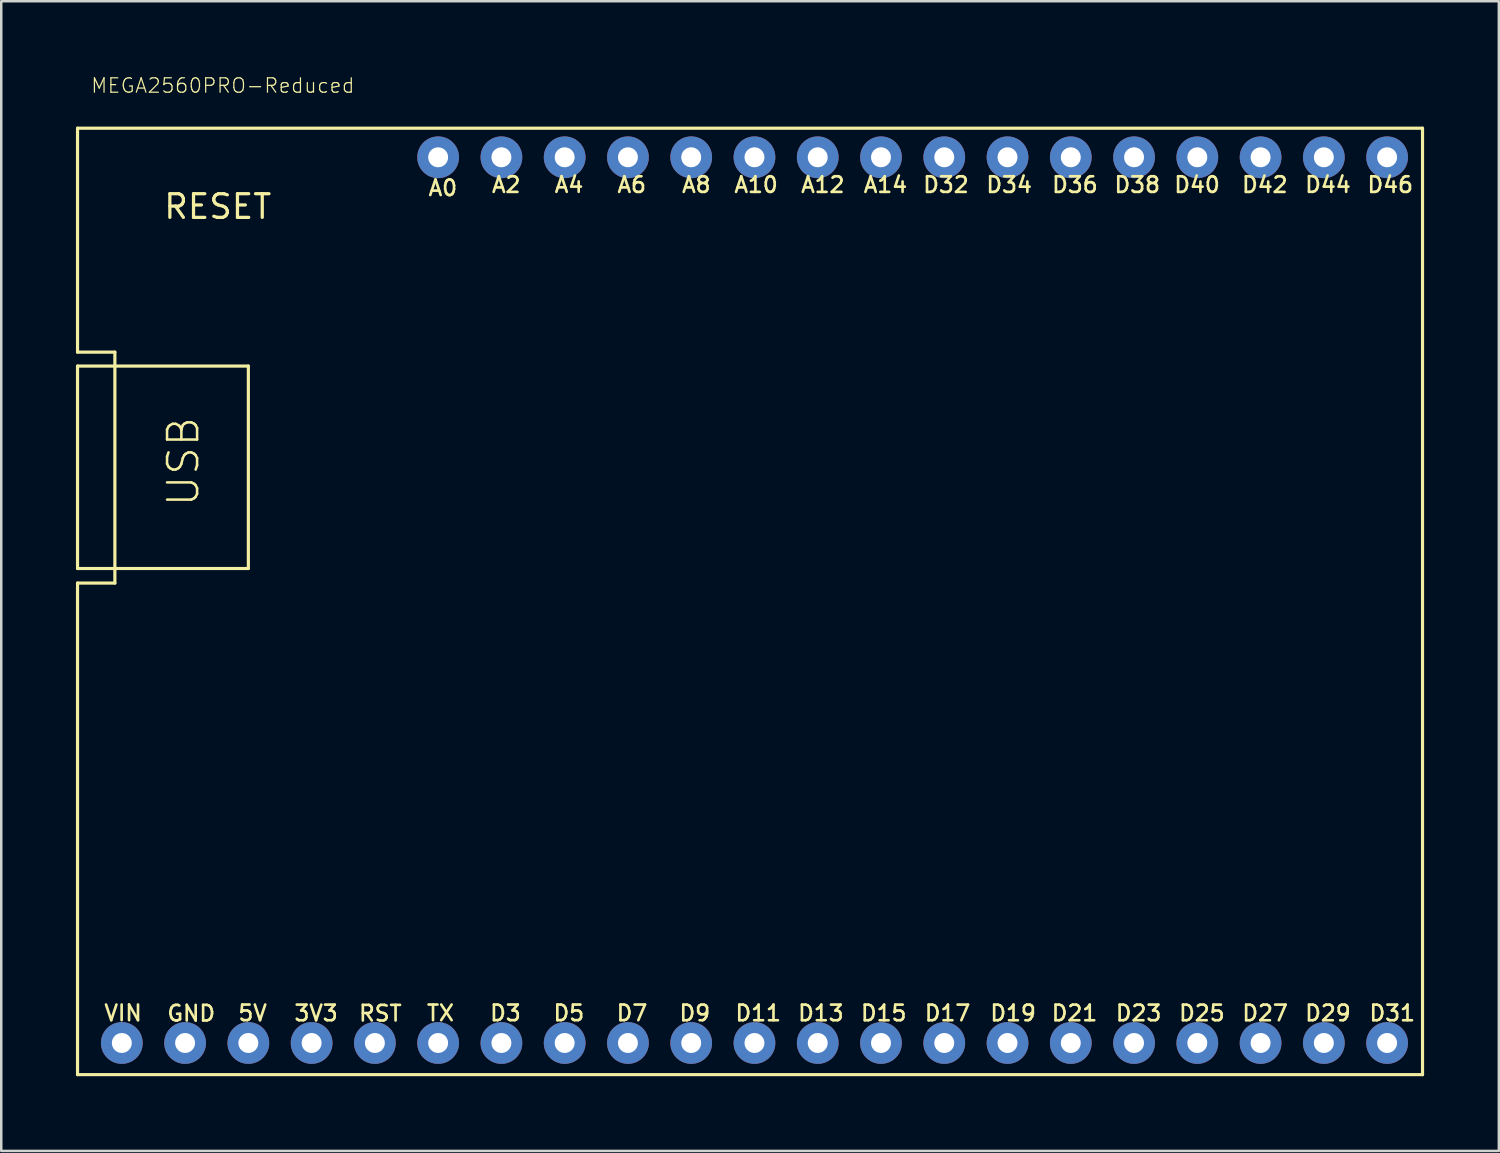
<source format=kicad_pcb>
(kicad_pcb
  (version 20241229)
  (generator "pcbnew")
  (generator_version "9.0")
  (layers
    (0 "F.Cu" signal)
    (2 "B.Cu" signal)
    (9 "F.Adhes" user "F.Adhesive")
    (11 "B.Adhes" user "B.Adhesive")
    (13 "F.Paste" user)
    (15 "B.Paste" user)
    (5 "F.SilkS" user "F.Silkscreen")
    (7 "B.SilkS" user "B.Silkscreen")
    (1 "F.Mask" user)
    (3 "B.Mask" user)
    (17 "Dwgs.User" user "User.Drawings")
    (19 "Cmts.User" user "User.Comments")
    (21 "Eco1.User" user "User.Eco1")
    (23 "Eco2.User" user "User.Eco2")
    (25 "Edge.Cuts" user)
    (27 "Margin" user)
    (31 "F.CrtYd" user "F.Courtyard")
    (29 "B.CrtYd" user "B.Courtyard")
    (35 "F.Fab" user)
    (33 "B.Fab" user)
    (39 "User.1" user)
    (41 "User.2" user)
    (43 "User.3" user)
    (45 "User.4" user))
  (footprint "MEGA2560PRO-Reduced"
    (layer "F.Cu")
    (at 34.861 19.775)
    (property "Reference" "MEGA2560PRO-Reduced" (at -34.29 -19.05 0) (layer "F.SilkS") (effects (font (size 0.579 0.579) (thickness 0.049)) (justify left bottom)))
    (attr through_hole)
    (fp_line (start -34.798 -17.678) (end 19.202 -17.678) (stroke (width 0.127) (type solid)) (layer "F.SilkS"))
    (fp_line (start -34.798 -8.687) (end -34.798 -17.678) (stroke (width 0.127) (type solid)) (layer "F.SilkS"))
    (fp_line (start -34.798 -8.687) (end -33.299 -8.687) (stroke (width 0.127) (type solid)) (layer "F.SilkS"))
    (fp_line (start -34.798 -8.128) (end -34.798 0) (stroke (width 0.127) (type solid)) (layer "F.SilkS"))
    (fp_line (start -34.798 0) (end -27.94 0) (stroke (width 0.127) (type solid)) (layer "F.SilkS"))
    (fp_line (start -34.798 0.584) (end -33.299 0.584) (stroke (width 0.127) (type solid)) (layer "F.SilkS"))
    (fp_line (start -34.798 20.32) (end -34.798 0.584) (stroke (width 0.127) (type solid)) (layer "F.SilkS"))
    (fp_line (start -34.798 20.32) (end 19.202 20.32) (stroke (width 0.127) (type solid)) (layer "F.SilkS"))
    (fp_line (start -33.299 0.584) (end -33.299 -8.687) (stroke (width 0.127) (type solid)) (layer "F.SilkS"))
    (fp_line (start -27.94 -8.128) (end -34.798 -8.128) (stroke (width 0.127) (type solid)) (layer "F.SilkS"))
    (fp_line (start -27.94 0) (end -27.94 -8.128) (stroke (width 0.127) (type solid)) (layer "F.SilkS"))
    (fp_line (start 19.202 20.32) (end 19.202 -17.678) (stroke (width 0.127) (type solid)) (layer "F.SilkS"))
    (fp_text user "D7" (at -13.219 18.215 0) (layer "F.SilkS") (effects (font (size 0.627 0.627) (thickness 0.106)) (justify left bottom)))
    (fp_text user "D46" (at 16.925 -15.039 0) (layer "F.SilkS") (effects (font (size 0.627 0.627) (thickness 0.106)) (justify left bottom)))
    (fp_text user "A14" (at -3.296 -15.039 0) (layer "F.SilkS") (effects (font (size 0.627 0.627) (thickness 0.106)) (justify left bottom)))
    (fp_text user "USB" (at -29.845 -2.413 90) (layer "F.SilkS") (effects (font (size 1.206 1.206) (thickness 0.102)) (justify left bottom)))
    (fp_text user "D34" (at 1.624 -15.039 0) (layer "F.SilkS") (effects (font (size 0.627 0.627) (thickness 0.106)) (justify left bottom)))
    (fp_text user "A0" (at -20.766 -14.912 0) (layer "F.SilkS") (effects (font (size 0.627 0.627) (thickness 0.106)) (justify left bottom)))
    (fp_text user "D23" (at 6.822 18.218 0) (layer "F.SilkS") (effects (font (size 0.627 0.627) (thickness 0.106)) (justify left bottom)))
    (fp_text user "D19" (at 1.784 18.218 0) (layer "F.SilkS") (effects (font (size 0.627 0.627) (thickness 0.106)) (justify left bottom)))
    (fp_text user "D25" (at 9.363 18.218 0) (layer "F.SilkS") (effects (font (size 0.627 0.627) (thickness 0.106)) (justify left bottom)))
    (fp_text user "D11" (at -8.449 18.218 0) (layer "F.SilkS") (effects (font (size 0.627 0.627) (thickness 0.106)) (justify left bottom)))
    (fp_text user "D21" (at 4.248 18.218 0) (layer "F.SilkS") (effects (font (size 0.627 0.627) (thickness 0.106)) (justify left bottom)))
    (fp_text user "D40" (at 9.169 -15.039 0) (layer "F.SilkS") (effects (font (size 0.627 0.627) (thickness 0.106)) (justify left bottom)))
    (fp_text user "D27" (at 11.901 18.218 0) (layer "F.SilkS") (effects (font (size 0.627 0.627) (thickness 0.106)) (justify left bottom)))
    (fp_text user "VIN" (at -33.784 18.215 0) (layer "F.SilkS") (effects (font (size 0.627 0.627) (thickness 0.106)) (justify left bottom)))
    (fp_text user "D36" (at 4.265 -15.039 0) (layer "F.SilkS") (effects (font (size 0.627 0.627) (thickness 0.106)) (justify left bottom)))
    (fp_text user "D5" (at -15.754 18.215 0) (layer "F.SilkS") (effects (font (size 0.627 0.627) (thickness 0.106)) (justify left bottom)))
    (fp_text user "3V3" (at -26.156 18.218 0) (layer "F.SilkS") (effects (font (size 0.627 0.627) (thickness 0.106)) (justify left bottom)))
    (fp_text user "D9" (at -10.697 18.218 0) (layer "F.SilkS") (effects (font (size 0.627 0.627) (thickness 0.106)) (justify left bottom)))
    (fp_text user "D17" (at -0.848 18.218 0) (layer "F.SilkS") (effects (font (size 0.627 0.627) (thickness 0.106)) (justify left bottom)))
    (fp_text user "D44" (at 14.424 -15.042 0) (layer "F.SilkS") (effects (font (size 0.627 0.627) (thickness 0.106)) (justify left bottom)))
    (fp_text user "A8" (at -10.59 -15.039 0) (layer "F.SilkS") (effects (font (size 0.627 0.627) (thickness 0.106)) (justify left bottom)))
    (fp_text user "GND" (at -31.259 18.228 0) (layer "F.SilkS") (effects (font (size 0.627 0.627) (thickness 0.106)) (justify left bottom)))
    (fp_text user "D13" (at -5.933 18.218 0) (layer "F.SilkS") (effects (font (size 0.627 0.627) (thickness 0.106)) (justify left bottom)))
    (fp_text user "RST" (at -23.562 18.228 0) (layer "F.SilkS") (effects (font (size 0.627 0.627) (thickness 0.106)) (justify left bottom)))
    (fp_text user "5V" (at -28.407 18.215 0) (layer "F.SilkS") (effects (font (size 0.627 0.627) (thickness 0.106)) (justify left bottom)))
    (fp_text user "A2" (at -18.222 -15.039 0) (layer "F.SilkS") (effects (font (size 0.627 0.627) (thickness 0.106)) (justify left bottom)))
    (fp_text user "D29" (at 14.425 18.218 0) (layer "F.SilkS") (effects (font (size 0.627 0.627) (thickness 0.106)) (justify left bottom)))
    (fp_text user "A10" (at -8.489 -15.039 0) (layer "F.SilkS") (effects (font (size 0.627 0.627) (thickness 0.106)) (justify left bottom)))
    (fp_text user "D31" (at 17.006 18.218 0) (layer "F.SilkS") (effects (font (size 0.627 0.627) (thickness 0.106)) (justify left bottom)))
    (fp_text user "D15" (at -3.411 18.218 0) (layer "F.SilkS") (effects (font (size 0.627 0.627) (thickness 0.106)) (justify left bottom)))
    (fp_text user "D42" (at 11.89 -15.039 0) (layer "F.SilkS") (effects (font (size 0.627 0.627) (thickness 0.106)) (justify left bottom)))
    (fp_text user "A12" (at -5.81 -15.039 0) (layer "F.SilkS") (effects (font (size 0.627 0.627) (thickness 0.106)) (justify left bottom)))
    (fp_text user "D32" (at -0.911 -15.039 0) (layer "F.SilkS") (effects (font (size 0.627 0.627) (thickness 0.106)) (justify left bottom)))
    (fp_text user "RESET" (at -31.403 -13.975 0) (layer "F.SilkS") (effects (font (size 0.95 0.95) (thickness 0.13)) (justify left bottom)))
    (fp_text user "TX" (at -20.834 18.215 0) (layer "F.SilkS") (effects (font (size 0.627 0.627) (thickness 0.106)) (justify left bottom)))
    (fp_text user "A6" (at -13.183 -15.039 0) (layer "F.SilkS") (effects (font (size 0.627 0.627) (thickness 0.106)) (justify left bottom)))
    (fp_text user "A4" (at -15.703 -15.042 0) (layer "F.SilkS") (effects (font (size 0.627 0.627) (thickness 0.106)) (justify left bottom)))
    (fp_text user "D3" (at -18.299 18.215 0) (layer "F.SilkS") (effects (font (size 0.627 0.627) (thickness 0.106)) (justify left bottom)))
    (fp_text user "D38" (at 6.768 -15.039 0) (layer "F.SilkS") (effects (font (size 0.627 0.627) (thickness 0.106)) (justify left bottom)))
    (pad "3V3@1" thru_hole circle (at -25.4 19.05) (size 1.676 1.676) (drill 0.8) (layers "*.Cu" "*.Mask"))
    (pad "5V@1" thru_hole circle (at -27.94 19.05) (size 1.676 1.676) (drill 0.8) (layers "*.Cu" "*.Mask"))
    (pad "A0" thru_hole circle (at -20.32 -16.51) (size 1.676 1.676) (drill 0.8) (layers "*.Cu" "*.Mask"))
    (pad "A2" thru_hole circle (at -17.78 -16.51) (size 1.676 1.676) (drill 0.8) (layers "*.Cu" "*.Mask"))
    (pad "A4" thru_hole circle (at -15.24 -16.51) (size 1.676 1.676) (drill 0.8) (layers "*.Cu" "*.Mask"))
    (pad "A6" thru_hole circle (at -12.7 -16.51) (size 1.676 1.676) (drill 0.8) (layers "*.Cu" "*.Mask"))
    (pad "A8" thru_hole circle (at -10.16 -16.51) (size 1.676 1.676) (drill 0.8) (layers "*.Cu" "*.Mask"))
    (pad "A10" thru_hole circle (at -7.62 -16.51) (size 1.676 1.676) (drill 0.8) (layers "*.Cu" "*.Mask"))
    (pad "A12" thru_hole circle (at -5.08 -16.51) (size 1.676 1.676) (drill 0.8) (layers "*.Cu" "*.Mask"))
    (pad "A14" thru_hole circle (at -2.54 -16.51) (size 1.676 1.676) (drill 0.8) (layers "*.Cu" "*.Mask"))
    (pad "D3" thru_hole circle (at -17.78 19.05) (size 1.676 1.676) (drill 0.8) (layers "*.Cu" "*.Mask"))
    (pad "D5" thru_hole circle (at -15.24 19.05) (size 1.676 1.676) (drill 0.8) (layers "*.Cu" "*.Mask"))
    (pad "D7" thru_hole circle (at -12.7 19.05) (size 1.676 1.676) (drill 0.8) (layers "*.Cu" "*.Mask"))
    (pad "D9" thru_hole circle (at -10.16 19.05) (size 1.676 1.676) (drill 0.8) (layers "*.Cu" "*.Mask"))
    (pad "D11" thru_hole circle (at -7.62 19.05) (size 1.676 1.676) (drill 0.8) (layers "*.Cu" "*.Mask"))
    (pad "D13" thru_hole circle (at -5.08 19.05) (size 1.676 1.676) (drill 0.8) (layers "*.Cu" "*.Mask"))
    (pad "D15" thru_hole circle (at -2.54 19.05) (size 1.676 1.676) (drill 0.8) (layers "*.Cu" "*.Mask"))
    (pad "D17" thru_hole circle (at 0 19.05) (size 1.676 1.676) (drill 0.8) (layers "*.Cu" "*.Mask"))
    (pad "D19" thru_hole circle (at 2.54 19.05) (size 1.676 1.676) (drill 0.8) (layers "*.Cu" "*.Mask"))
    (pad "D21" thru_hole circle (at 5.08 19.05) (size 1.676 1.676) (drill 0.8) (layers "*.Cu" "*.Mask"))
    (pad "D23" thru_hole circle (at 7.62 19.05) (size 1.676 1.676) (drill 0.8) (layers "*.Cu" "*.Mask"))
    (pad "D25" thru_hole circle (at 10.16 19.05) (size 1.676 1.676) (drill 0.8) (layers "*.Cu" "*.Mask"))
    (pad "D27" thru_hole circle (at 12.7 19.05) (size 1.676 1.676) (drill 0.8) (layers "*.Cu" "*.Mask"))
    (pad "D29" thru_hole circle (at 15.24 19.05) (size 1.676 1.676) (drill 0.8) (layers "*.Cu" "*.Mask"))
    (pad "D31" thru_hole circle (at 17.78 19.05) (size 1.676 1.676) (drill 0.8) (layers "*.Cu" "*.Mask"))
    (pad "D32" thru_hole circle (at 0 -16.51) (size 1.676 1.676) (drill 0.8) (layers "*.Cu" "*.Mask"))
    (pad "D34" thru_hole circle (at 2.54 -16.51) (size 1.676 1.676) (drill 0.8) (layers "*.Cu" "*.Mask"))
    (pad "D36" thru_hole circle (at 5.08 -16.51) (size 1.676 1.676) (drill 0.8) (layers "*.Cu" "*.Mask"))
    (pad "D38" thru_hole circle (at 7.62 -16.51) (size 1.676 1.676) (drill 0.8) (layers "*.Cu" "*.Mask"))
    (pad "D40" thru_hole circle (at 10.16 -16.51) (size 1.676 1.676) (drill 0.8) (layers "*.Cu" "*.Mask"))
    (pad "D42" thru_hole circle (at 12.7 -16.51) (size 1.676 1.676) (drill 0.8) (layers "*.Cu" "*.Mask"))
    (pad "D44" thru_hole circle (at 15.24 -16.51) (size 1.676 1.676) (drill 0.8) (layers "*.Cu" "*.Mask"))
    (pad "D46" thru_hole circle (at 17.78 -16.51) (size 1.676 1.676) (drill 0.8) (layers "*.Cu" "*.Mask"))
    (pad "GND@1" thru_hole circle (at -30.48 19.05) (size 1.676 1.676) (drill 0.8) (layers "*.Cu" "*.Mask"))
    (pad "RST" thru_hole circle (at -22.86 19.05) (size 1.676 1.676) (drill 0.8) (layers "*.Cu" "*.Mask"))
    (pad "TX" thru_hole circle (at -20.32 19.05) (size 1.676 1.676) (drill 0.8) (layers "*.Cu" "*.Mask"))
    (pad "VIN@1" thru_hole circle (at -33.02 19.05) (size 1.676 1.676) (drill 0.8) (layers "*.Cu" "*.Mask")))
  (gr_rect
    (start -3 -3)
    (end 57.127 43.159)
    (stroke (width 0.1) (type default))
    (fill no)
    (layer "Edge.Cuts")))
</source>
